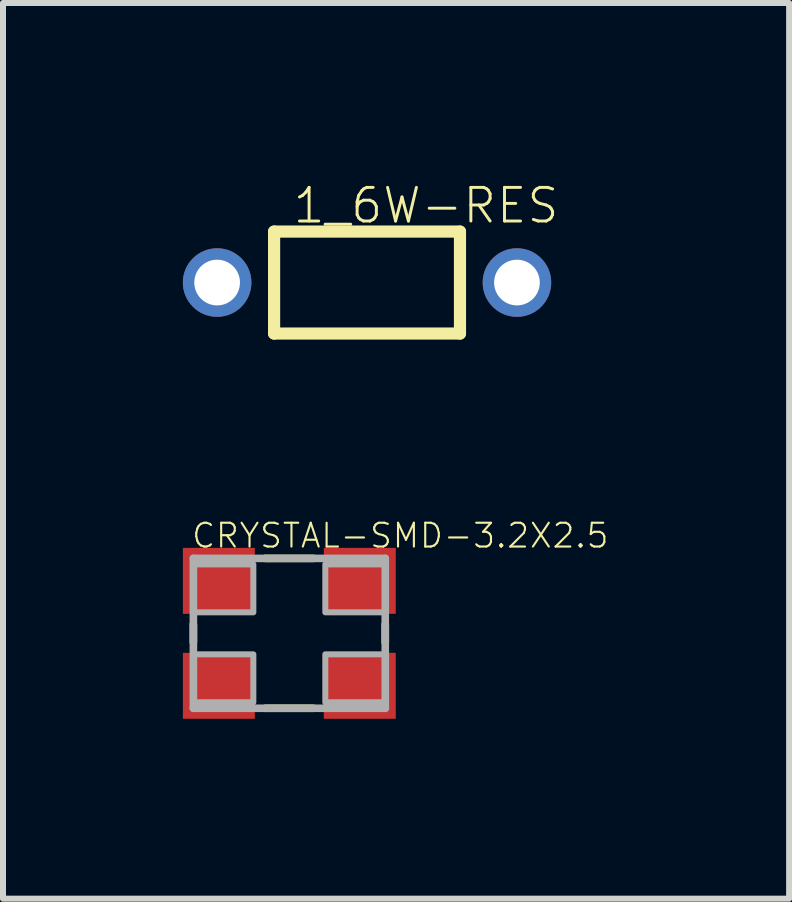
<source format=kicad_pcb>
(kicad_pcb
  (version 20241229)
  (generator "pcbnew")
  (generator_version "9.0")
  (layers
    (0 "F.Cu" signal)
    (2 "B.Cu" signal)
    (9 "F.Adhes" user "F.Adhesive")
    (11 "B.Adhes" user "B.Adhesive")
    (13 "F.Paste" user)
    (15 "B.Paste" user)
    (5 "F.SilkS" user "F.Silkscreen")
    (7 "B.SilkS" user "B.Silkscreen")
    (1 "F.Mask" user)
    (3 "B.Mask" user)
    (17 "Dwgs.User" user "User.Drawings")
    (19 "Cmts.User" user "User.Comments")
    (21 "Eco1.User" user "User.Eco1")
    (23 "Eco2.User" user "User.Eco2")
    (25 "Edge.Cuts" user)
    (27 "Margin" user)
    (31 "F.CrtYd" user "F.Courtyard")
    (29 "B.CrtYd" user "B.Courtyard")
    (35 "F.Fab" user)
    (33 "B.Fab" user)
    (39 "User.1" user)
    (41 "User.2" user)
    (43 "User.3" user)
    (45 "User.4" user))
  (footprint "CRYSTAL-SMD-3.2X2.5"
    (layer "F.Cu")
    (at 1.775 7.512)
    (property "Reference" "CRYSTAL-SMD-3.2X2.5" (at -1.651 -1.397 0) (layer "F.SilkS") (effects (font (size 0.397 0.397) (thickness 0.035)) (justify left bottom)))
    (fp_line (start -1.6 0.15) (end -1.6 -0.15) (stroke (width 0.127) (type solid)) (layer "F.SilkS"))
    (fp_line (start -0.4 -1.25) (end 0.4 -1.25) (stroke (width 0.127) (type solid)) (layer "F.SilkS"))
    (fp_line (start 0.4 1.25) (end -0.4 1.25) (stroke (width 0.127) (type solid)) (layer "F.SilkS"))
    (fp_line (start 1.6 -0.15) (end 1.6 0.15) (stroke (width 0.127) (type solid)) (layer "F.SilkS"))
    (fp_line (start -1.6 -1.25) (end 1.6 -1.25) (stroke (width 0.127) (type solid)) (layer "F.Fab"))
    (fp_line (start -1.6 1.25) (end -1.6 -1.25) (stroke (width 0.127) (type solid)) (layer "F.Fab"))
    (fp_line (start 1.6 -1.25) (end 1.6 1.25) (stroke (width 0.127) (type solid)) (layer "F.Fab"))
    (fp_line (start 1.6 1.25) (end -1.6 1.25) (stroke (width 0.127) (type solid)) (layer "F.Fab"))
    (fp_poly (pts (xy -1.6 -0.35) (xy -0.6 -0.35) (xy -0.6 -1.15) (xy -1.6 -1.15)) (stroke (width 0.1) (type default)) (fill no) (layer "F.Fab"))
    (fp_poly (pts (xy -1.6 1.15) (xy -0.6 1.15) (xy -0.6 0.35) (xy -1.6 0.35)) (stroke (width 0.1) (type default)) (fill no) (layer "F.Fab"))
    (fp_poly (pts (xy 1.6 -1.15) (xy 0.6 -1.15) (xy 0.6 -0.35) (xy 1.6 -0.35)) (stroke (width 0.1) (type default)) (fill no) (layer "F.Fab"))
    (fp_poly (pts (xy 1.6 0.35) (xy 0.6 0.35) (xy 0.6 1.15) (xy 1.6 1.15)) (stroke (width 0.1) (type default)) (fill no) (layer "F.Fab"))
    (pad "1" smd rect (at -1.175 0.875 180) (size 1.2 1.1) (layers "F.Cu" "F.Mask" "F.Paste"))
    (pad "2" smd rect (at 1.175 0.875) (size 1.2 1.1) (layers "F.Cu" "F.Mask" "F.Paste"))
    (pad "3" smd rect (at 1.175 -0.875) (size 1.2 1.1) (layers "F.Cu" "F.Mask" "F.Paste"))
    (pad "4" smd rect (at -1.175 -0.875 180) (size 1.2 1.1) (layers "F.Cu" "F.Mask" "F.Paste")))
  (footprint "1_6W-RES"
    (layer "F.Cu")
    (at 3.071 1.662)
    (property "Reference" "1_6W-RES" (at -1.266 -0.955 0) (layer "F.SilkS") (effects (font (size 0.561 0.561) (thickness 0.049)) (justify left bottom)))
    (fp_line (start -1.55 -0.85) (end -1.55 0.85) (stroke (width 0.203) (type solid)) (layer "F.SilkS"))
    (fp_line (start -1.55 0.85) (end 1.55 0.85) (stroke (width 0.203) (type solid)) (layer "F.SilkS"))
    (fp_line (start 1.55 -0.85) (end -1.55 -0.85) (stroke (width 0.203) (type solid)) (layer "F.SilkS"))
    (fp_line (start 1.55 0.85) (end 1.55 -0.85) (stroke (width 0.203) (type solid)) (layer "F.SilkS"))
    (pad "1" thru_hole circle (at -2.5 0) (size 1.143 1.143) (drill 0.762) (layers "*.Cu" "*.Mask"))
    (pad "2" thru_hole circle (at 2.5 0) (size 1.143 1.143) (drill 0.762) (layers "*.Cu" "*.Mask")))
  (gr_rect
    (start -3 -3)
    (end 10.11 11.937)
    (stroke (width 0.1) (type default))
    (fill no)
    (layer "Edge.Cuts")))
</source>
